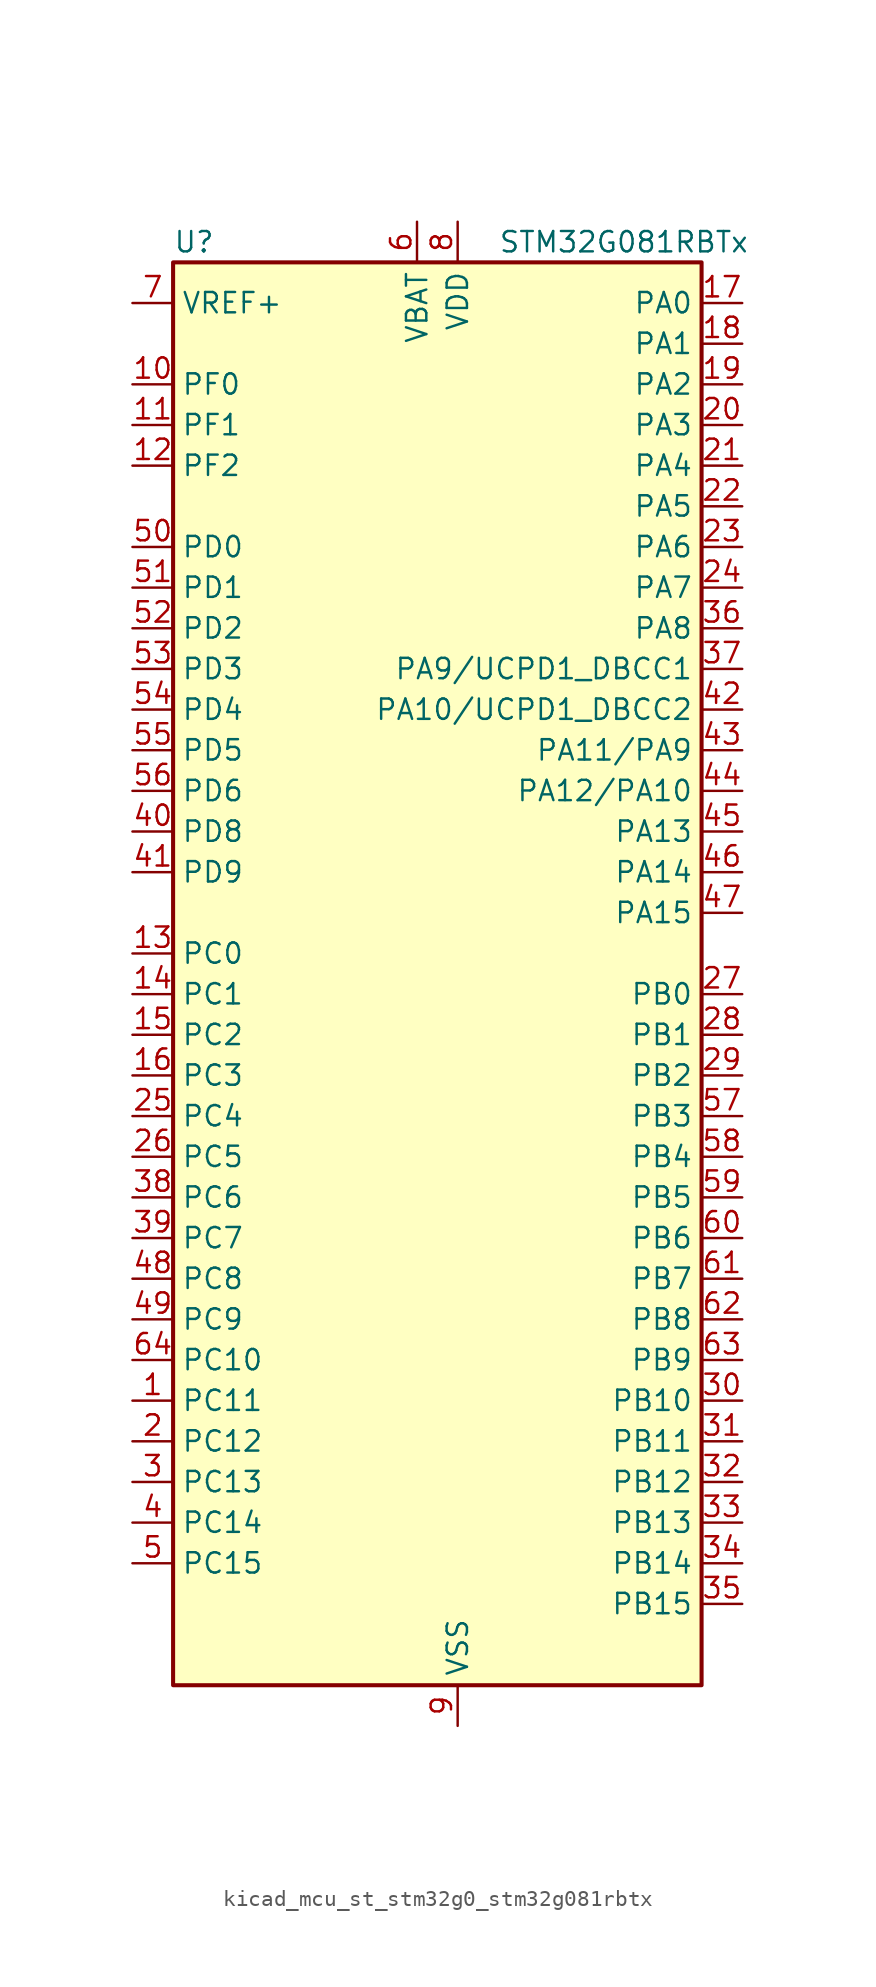
<source format=kicad_sym>
(kicad_symbol_lib
  (version 20220914)
  (generator kicad_symbol_editor)
  (symbol "kicad_mcu_st_stm32g0_stm32g081rbtx"
    (property "Reference" "U"
      (at -15.24 46.99 0)
      (effects (font (size 1.27 1.27)) (justify left)))
    (property "Value" "STM32G081RBTx"
      (at 5.08 46.99 0)
      (effects (font (size 1.27 1.27)) (justify left)))
    (property "ki_locked" ""
      (at 0 0 0)
      (effects (font (size 1.27 1.27))))
    (symbol "kicad_mcu_st_stm32g0_stm32g081rbtx_0_1"
      (rectangle (start -15.24 -43.18) (end 17.78 45.72) (stroke (width 0.254) (type default)) (fill (type background))))
    (symbol "kicad_mcu_st_stm32g0_stm32g081rbtx_1_1"
      (pin bidirectional line (at -17.78 -25.4 0) (length 2.54) (name "PC11" (effects (font (size 1.27 1.27)))) (number "1" (effects (font (size 1.27 1.27)))) (alternate "ADC1_EXTI11" bidirectional line) (alternate "TIM1_CH4" bidirectional line) (alternate "USART3_RX" bidirectional line) (alternate "USART4_RX" bidirectional line))
      (pin bidirectional line (at -17.78 38.1 0) (length 2.54) (name "PF0" (effects (font (size 1.27 1.27)))) (number "10" (effects (font (size 1.27 1.27)))) (alternate "RCC_OSC_IN" bidirectional line) (alternate "TIM14_CH1" bidirectional line))
      (pin bidirectional line (at -17.78 35.56 0) (length 2.54) (name "PF1" (effects (font (size 1.27 1.27)))) (number "11" (effects (font (size 1.27 1.27)))) (alternate "RCC_OSC_EN" bidirectional line) (alternate "RCC_OSC_OUT" bidirectional line) (alternate "TIM15_CH1N" bidirectional line))
      (pin bidirectional line (at -17.78 33.02 0) (length 2.54) (name "PF2" (effects (font (size 1.27 1.27)))) (number "12" (effects (font (size 1.27 1.27)))) (alternate "RCC_MCO" bidirectional line))
      (pin bidirectional line (at -17.78 2.54 0) (length 2.54) (name "PC0" (effects (font (size 1.27 1.27)))) (number "13" (effects (font (size 1.27 1.27)))) (alternate "LPTIM1_IN1" bidirectional line) (alternate "LPTIM2_IN1" bidirectional line) (alternate "LPUART1_RX" bidirectional line))
      (pin bidirectional line (at -17.78 0 0) (length 2.54) (name "PC1" (effects (font (size 1.27 1.27)))) (number "14" (effects (font (size 1.27 1.27)))) (alternate "LPTIM1_OUT" bidirectional line) (alternate "LPUART1_TX" bidirectional line) (alternate "TIM15_CH1" bidirectional line))
      (pin bidirectional line (at -17.78 -2.54 0) (length 2.54) (name "PC2" (effects (font (size 1.27 1.27)))) (number "15" (effects (font (size 1.27 1.27)))) (alternate "LPTIM1_IN2" bidirectional line) (alternate "SPI2_MISO" bidirectional line) (alternate "TIM15_CH2" bidirectional line))
      (pin bidirectional line (at -17.78 -5.08 0) (length 2.54) (name "PC3" (effects (font (size 1.27 1.27)))) (number "16" (effects (font (size 1.27 1.27)))) (alternate "LPTIM1_ETR" bidirectional line) (alternate "LPTIM2_ETR" bidirectional line) (alternate "SPI2_MOSI" bidirectional line))
      (pin bidirectional line (at 20.32 43.18 180) (length 2.54) (name "PA0" (effects (font (size 1.27 1.27)))) (number "17" (effects (font (size 1.27 1.27)))) (alternate "ADC1_IN0" bidirectional line) (alternate "COMP1_INM" bidirectional line) (alternate "COMP1_OUT" bidirectional line) (alternate "LPTIM1_OUT" bidirectional line) (alternate "RTC_TAMP_IN2" bidirectional line) (alternate "SPI2_SCK" bidirectional line) (alternate "SYS_WKUP1" bidirectional line) (alternate "TIM2_CH1" bidirectional line) (alternate "TIM2_ETR" bidirectional line) (alternate "UCPD2_FRSTX1" bidirectional line) (alternate "UCPD2_FRSTX2" bidirectional line) (alternate "USART2_CTS" bidirectional line) (alternate "USART2_NSS" bidirectional line) (alternate "USART4_TX" bidirectional line))
      (pin bidirectional line (at 20.32 40.64 180) (length 2.54) (name "PA1" (effects (font (size 1.27 1.27)))) (number "18" (effects (font (size 1.27 1.27)))) (alternate "ADC1_IN1" bidirectional line) (alternate "COMP1_INP" bidirectional line) (alternate "I2C1_SMBA" bidirectional line) (alternate "I2S1_CK" bidirectional line) (alternate "SPI1_SCK" bidirectional line) (alternate "TIM15_CH1N" bidirectional line) (alternate "TIM2_CH2" bidirectional line) (alternate "USART2_CK" bidirectional line) (alternate "USART2_DE" bidirectional line) (alternate "USART2_RTS" bidirectional line) (alternate "USART4_RX" bidirectional line))
      (pin bidirectional line (at 20.32 38.1 180) (length 2.54) (name "PA2" (effects (font (size 1.27 1.27)))) (number "19" (effects (font (size 1.27 1.27)))) (alternate "ADC1_IN2" bidirectional line) (alternate "COMP2_INM" bidirectional line) (alternate "COMP2_OUT" bidirectional line) (alternate "I2S1_SD" bidirectional line) (alternate "LPUART1_TX" bidirectional line) (alternate "RCC_LSCO" bidirectional line) (alternate "SPI1_MOSI" bidirectional line) (alternate "SYS_WKUP4" bidirectional line) (alternate "TIM15_CH1" bidirectional line) (alternate "TIM2_CH3" bidirectional line) (alternate "UCPD1_FRSTX1" bidirectional line) (alternate "UCPD1_FRSTX2" bidirectional line) (alternate "USART2_TX" bidirectional line))
      (pin bidirectional line (at -17.78 -27.94 0) (length 2.54) (name "PC12" (effects (font (size 1.27 1.27)))) (number "2" (effects (font (size 1.27 1.27)))) (alternate "LPTIM1_IN1" bidirectional line) (alternate "TIM14_CH1" bidirectional line) (alternate "UCPD1_FRSTX1" bidirectional line) (alternate "UCPD1_FRSTX2" bidirectional line))
      (pin bidirectional line (at 20.32 35.56 180) (length 2.54) (name "PA3" (effects (font (size 1.27 1.27)))) (number "20" (effects (font (size 1.27 1.27)))) (alternate "ADC1_IN3" bidirectional line) (alternate "COMP2_INP" bidirectional line) (alternate "LPUART1_RX" bidirectional line) (alternate "SPI2_MISO" bidirectional line) (alternate "TIM15_CH2" bidirectional line) (alternate "TIM2_CH4" bidirectional line) (alternate "UCPD2_FRSTX1" bidirectional line) (alternate "UCPD2_FRSTX2" bidirectional line) (alternate "USART2_RX" bidirectional line))
      (pin bidirectional line (at 20.32 33.02 180) (length 2.54) (name "PA4" (effects (font (size 1.27 1.27)))) (number "21" (effects (font (size 1.27 1.27)))) (alternate "ADC1_IN4" bidirectional line) (alternate "DAC1_OUT1" bidirectional line) (alternate "I2S1_WS" bidirectional line) (alternate "LPTIM2_OUT" bidirectional line) (alternate "RTC_OUT_ALARM" bidirectional line) (alternate "RTC_OUT_CALIB" bidirectional line) (alternate "SPI1_NSS" bidirectional line) (alternate "SPI2_MOSI" bidirectional line) (alternate "TIM14_CH1" bidirectional line) (alternate "UCPD2_FRSTX1" bidirectional line) (alternate "UCPD2_FRSTX2" bidirectional line))
      (pin bidirectional line (at 20.32 30.48 180) (length 2.54) (name "PA5" (effects (font (size 1.27 1.27)))) (number "22" (effects (font (size 1.27 1.27)))) (alternate "ADC1_IN5" bidirectional line) (alternate "CEC" bidirectional line) (alternate "DAC1_OUT2" bidirectional line) (alternate "I2S1_CK" bidirectional line) (alternate "LPTIM2_ETR" bidirectional line) (alternate "SPI1_SCK" bidirectional line) (alternate "TIM2_CH1" bidirectional line) (alternate "TIM2_ETR" bidirectional line) (alternate "UCPD1_FRSTX1" bidirectional line) (alternate "UCPD1_FRSTX2" bidirectional line) (alternate "USART3_TX" bidirectional line))
      (pin bidirectional line (at 20.32 27.94 180) (length 2.54) (name "PA6" (effects (font (size 1.27 1.27)))) (number "23" (effects (font (size 1.27 1.27)))) (alternate "ADC1_IN6" bidirectional line) (alternate "COMP1_OUT" bidirectional line) (alternate "I2S1_MCK" bidirectional line) (alternate "LPUART1_CTS" bidirectional line) (alternate "SPI1_MISO" bidirectional line) (alternate "TIM16_CH1" bidirectional line) (alternate "TIM1_BK" bidirectional line) (alternate "TIM3_CH1" bidirectional line) (alternate "USART3_CTS" bidirectional line) (alternate "USART3_NSS" bidirectional line))
      (pin bidirectional line (at 20.32 25.4 180) (length 2.54) (name "PA7" (effects (font (size 1.27 1.27)))) (number "24" (effects (font (size 1.27 1.27)))) (alternate "ADC1_IN7" bidirectional line) (alternate "COMP2_OUT" bidirectional line) (alternate "I2S1_SD" bidirectional line) (alternate "SPI1_MOSI" bidirectional line) (alternate "TIM14_CH1" bidirectional line) (alternate "TIM17_CH1" bidirectional line) (alternate "TIM1_CH1N" bidirectional line) (alternate "TIM3_CH2" bidirectional line) (alternate "UCPD1_FRSTX1" bidirectional line) (alternate "UCPD1_FRSTX2" bidirectional line))
      (pin bidirectional line (at -17.78 -7.62 0) (length 2.54) (name "PC4" (effects (font (size 1.27 1.27)))) (number "25" (effects (font (size 1.27 1.27)))) (alternate "ADC1_IN17" bidirectional line) (alternate "COMP1_INM" bidirectional line) (alternate "TIM2_CH1" bidirectional line) (alternate "TIM2_ETR" bidirectional line) (alternate "USART1_TX" bidirectional line) (alternate "USART3_TX" bidirectional line))
      (pin bidirectional line (at -17.78 -10.16 0) (length 2.54) (name "PC5" (effects (font (size 1.27 1.27)))) (number "26" (effects (font (size 1.27 1.27)))) (alternate "ADC1_IN18" bidirectional line) (alternate "COMP1_INP" bidirectional line) (alternate "SYS_WKUP5" bidirectional line) (alternate "TIM2_CH2" bidirectional line) (alternate "USART1_RX" bidirectional line) (alternate "USART3_RX" bidirectional line))
      (pin bidirectional line (at 20.32 0 180) (length 2.54) (name "PB0" (effects (font (size 1.27 1.27)))) (number "27" (effects (font (size 1.27 1.27)))) (alternate "ADC1_IN8" bidirectional line) (alternate "COMP1_OUT" bidirectional line) (alternate "I2S1_WS" bidirectional line) (alternate "LPTIM1_OUT" bidirectional line) (alternate "SPI1_NSS" bidirectional line) (alternate "TIM1_CH2N" bidirectional line) (alternate "TIM3_CH3" bidirectional line) (alternate "UCPD1_FRSTX1" bidirectional line) (alternate "UCPD1_FRSTX2" bidirectional line) (alternate "USART3_RX" bidirectional line))
      (pin bidirectional line (at 20.32 -2.54 180) (length 2.54) (name "PB1" (effects (font (size 1.27 1.27)))) (number "28" (effects (font (size 1.27 1.27)))) (alternate "ADC1_IN9" bidirectional line) (alternate "COMP1_INM" bidirectional line) (alternate "LPTIM2_IN1" bidirectional line) (alternate "LPUART1_DE" bidirectional line) (alternate "LPUART1_RTS" bidirectional line) (alternate "TIM14_CH1" bidirectional line) (alternate "TIM1_CH3N" bidirectional line) (alternate "TIM3_CH4" bidirectional line) (alternate "USART3_CK" bidirectional line) (alternate "USART3_DE" bidirectional line) (alternate "USART3_RTS" bidirectional line))
      (pin bidirectional line (at 20.32 -5.08 180) (length 2.54) (name "PB2" (effects (font (size 1.27 1.27)))) (number "29" (effects (font (size 1.27 1.27)))) (alternate "ADC1_IN10" bidirectional line) (alternate "COMP1_INP" bidirectional line) (alternate "LPTIM1_OUT" bidirectional line) (alternate "SPI2_MISO" bidirectional line) (alternate "USART3_TX" bidirectional line))
      (pin bidirectional line (at -17.78 -30.48 0) (length 2.54) (name "PC13" (effects (font (size 1.27 1.27)))) (number "3" (effects (font (size 1.27 1.27)))) (alternate "RTC_OUT_ALARM" bidirectional line) (alternate "RTC_OUT_CALIB" bidirectional line) (alternate "RTC_TAMP_IN1" bidirectional line) (alternate "RTC_TS" bidirectional line) (alternate "SYS_WKUP2" bidirectional line) (alternate "TIM1_BK" bidirectional line))
      (pin bidirectional line (at 20.32 -25.4 180) (length 2.54) (name "PB10" (effects (font (size 1.27 1.27)))) (number "30" (effects (font (size 1.27 1.27)))) (alternate "ADC1_IN11" bidirectional line) (alternate "CEC" bidirectional line) (alternate "COMP1_OUT" bidirectional line) (alternate "I2C2_SCL" bidirectional line) (alternate "LPUART1_RX" bidirectional line) (alternate "SPI2_SCK" bidirectional line) (alternate "TIM2_CH3" bidirectional line) (alternate "USART3_TX" bidirectional line))
      (pin bidirectional line (at 20.32 -27.94 180) (length 2.54) (name "PB11" (effects (font (size 1.27 1.27)))) (number "31" (effects (font (size 1.27 1.27)))) (alternate "ADC1_EXTI11" bidirectional line) (alternate "ADC1_IN15" bidirectional line) (alternate "COMP2_OUT" bidirectional line) (alternate "I2C2_SDA" bidirectional line) (alternate "LPUART1_TX" bidirectional line) (alternate "SPI2_MOSI" bidirectional line) (alternate "TIM2_CH4" bidirectional line) (alternate "USART3_RX" bidirectional line))
      (pin bidirectional line (at 20.32 -30.48 180) (length 2.54) (name "PB12" (effects (font (size 1.27 1.27)))) (number "32" (effects (font (size 1.27 1.27)))) (alternate "ADC1_IN16" bidirectional line) (alternate "LPUART1_DE" bidirectional line) (alternate "LPUART1_RTS" bidirectional line) (alternate "SPI2_NSS" bidirectional line) (alternate "TIM15_BK" bidirectional line) (alternate "TIM1_BK" bidirectional line) (alternate "UCPD2_FRSTX1" bidirectional line) (alternate "UCPD2_FRSTX2" bidirectional line))
      (pin bidirectional line (at 20.32 -33.02 180) (length 2.54) (name "PB13" (effects (font (size 1.27 1.27)))) (number "33" (effects (font (size 1.27 1.27)))) (alternate "I2C2_SCL" bidirectional line) (alternate "LPUART1_CTS" bidirectional line) (alternate "SPI2_SCK" bidirectional line) (alternate "TIM15_CH1N" bidirectional line) (alternate "TIM1_CH1N" bidirectional line) (alternate "USART3_CTS" bidirectional line) (alternate "USART3_NSS" bidirectional line))
      (pin bidirectional line (at 20.32 -35.56 180) (length 2.54) (name "PB14" (effects (font (size 1.27 1.27)))) (number "34" (effects (font (size 1.27 1.27)))) (alternate "I2C2_SDA" bidirectional line) (alternate "SPI2_MISO" bidirectional line) (alternate "TIM15_CH1" bidirectional line) (alternate "TIM1_CH2N" bidirectional line) (alternate "UCPD1_FRSTX1" bidirectional line) (alternate "UCPD1_FRSTX2" bidirectional line) (alternate "USART3_CK" bidirectional line) (alternate "USART3_DE" bidirectional line) (alternate "USART3_RTS" bidirectional line))
      (pin bidirectional line (at 20.32 -38.1 180) (length 2.54) (name "PB15" (effects (font (size 1.27 1.27)))) (number "35" (effects (font (size 1.27 1.27)))) (alternate "RTC_REFIN" bidirectional line) (alternate "SPI2_MOSI" bidirectional line) (alternate "TIM15_CH1N" bidirectional line) (alternate "TIM15_CH2" bidirectional line) (alternate "TIM1_CH3N" bidirectional line) (alternate "UCPD1_CC2" bidirectional line))
      (pin bidirectional line (at 20.32 22.86 180) (length 2.54) (name "PA8" (effects (font (size 1.27 1.27)))) (number "36" (effects (font (size 1.27 1.27)))) (alternate "LPTIM2_OUT" bidirectional line) (alternate "RCC_MCO" bidirectional line) (alternate "SPI2_NSS" bidirectional line) (alternate "TIM1_CH1" bidirectional line) (alternate "UCPD1_CC1" bidirectional line))
      (pin bidirectional line (at 20.32 20.32 180) (length 2.54) (name "PA9/UCPD1_DBCC1" (effects (font (size 1.27 1.27)))) (number "37" (effects (font (size 1.27 1.27)))) (alternate "DAC1_EXTI9" bidirectional line) (alternate "I2C1_SCL" bidirectional line) (alternate "RCC_MCO" bidirectional line) (alternate "SPI2_MISO" bidirectional line) (alternate "TIM15_BK" bidirectional line) (alternate "TIM1_CH2" bidirectional line) (alternate "UCPD1_DBCC1" bidirectional line) (alternate "USART1_TX" bidirectional line))
      (pin bidirectional line (at -17.78 -12.7 0) (length 2.54) (name "PC6" (effects (font (size 1.27 1.27)))) (number "38" (effects (font (size 1.27 1.27)))) (alternate "TIM2_CH3" bidirectional line) (alternate "TIM3_CH1" bidirectional line) (alternate "UCPD1_FRSTX1" bidirectional line) (alternate "UCPD1_FRSTX2" bidirectional line))
      (pin bidirectional line (at -17.78 -15.24 0) (length 2.54) (name "PC7" (effects (font (size 1.27 1.27)))) (number "39" (effects (font (size 1.27 1.27)))) (alternate "TIM2_CH4" bidirectional line) (alternate "TIM3_CH2" bidirectional line) (alternate "UCPD2_FRSTX1" bidirectional line) (alternate "UCPD2_FRSTX2" bidirectional line))
      (pin bidirectional line (at -17.78 -33.02 0) (length 2.54) (name "PC14" (effects (font (size 1.27 1.27)))) (number "4" (effects (font (size 1.27 1.27)))) (alternate "RCC_OSC32_IN" bidirectional line) (alternate "TIM1_BK2" bidirectional line))
      (pin bidirectional line (at -17.78 10.16 0) (length 2.54) (name "PD8" (effects (font (size 1.27 1.27)))) (number "40" (effects (font (size 1.27 1.27)))) (alternate "I2S1_CK" bidirectional line) (alternate "LPTIM1_OUT" bidirectional line) (alternate "SPI1_SCK" bidirectional line) (alternate "USART3_TX" bidirectional line))
      (pin bidirectional line (at -17.78 7.62 0) (length 2.54) (name "PD9" (effects (font (size 1.27 1.27)))) (number "41" (effects (font (size 1.27 1.27)))) (alternate "DAC1_EXTI9" bidirectional line) (alternate "I2S1_WS" bidirectional line) (alternate "SPI1_NSS" bidirectional line) (alternate "TIM1_BK2" bidirectional line) (alternate "USART3_RX" bidirectional line))
      (pin bidirectional line (at 20.32 17.78 180) (length 2.54) (name "PA10/UCPD1_DBCC2" (effects (font (size 1.27 1.27)))) (number "42" (effects (font (size 1.27 1.27)))) (alternate "I2C1_SDA" bidirectional line) (alternate "SPI2_MOSI" bidirectional line) (alternate "TIM17_BK" bidirectional line) (alternate "TIM1_CH3" bidirectional line) (alternate "UCPD1_DBCC2" bidirectional line) (alternate "USART1_RX" bidirectional line))
      (pin bidirectional line (at 20.32 15.24 180) (length 2.54) (name "PA11/PA9" (effects (font (size 1.27 1.27)))) (number "43" (effects (font (size 1.27 1.27)))) (alternate "ADC1_EXTI11" bidirectional line) (alternate "COMP1_OUT" bidirectional line) (alternate "I2C2_SCL" bidirectional line) (alternate "I2S1_MCK" bidirectional line) (alternate "SPI1_MISO" bidirectional line) (alternate "TIM1_BK2" bidirectional line) (alternate "TIM1_CH4" bidirectional line) (alternate "USART1_CTS" bidirectional line) (alternate "USART1_NSS" bidirectional line))
      (pin bidirectional line (at 20.32 12.7 180) (length 2.54) (name "PA12/PA10" (effects (font (size 1.27 1.27)))) (number "44" (effects (font (size 1.27 1.27)))) (alternate "COMP2_OUT" bidirectional line) (alternate "I2C2_SDA" bidirectional line) (alternate "I2S1_SD" bidirectional line) (alternate "I2S_CKIN" bidirectional line) (alternate "SPI1_MOSI" bidirectional line) (alternate "TIM1_ETR" bidirectional line) (alternate "USART1_CK" bidirectional line) (alternate "USART1_DE" bidirectional line) (alternate "USART1_RTS" bidirectional line))
      (pin bidirectional line (at 20.32 10.16 180) (length 2.54) (name "PA13" (effects (font (size 1.27 1.27)))) (number "45" (effects (font (size 1.27 1.27)))) (alternate "IR_OUT" bidirectional line) (alternate "SYS_SWDIO" bidirectional line))
      (pin bidirectional line (at 20.32 7.62 180) (length 2.54) (name "PA14" (effects (font (size 1.27 1.27)))) (number "46" (effects (font (size 1.27 1.27)))) (alternate "SYS_SWCLK" bidirectional line) (alternate "USART2_TX" bidirectional line))
      (pin bidirectional line (at 20.32 5.08 180) (length 2.54) (name "PA15" (effects (font (size 1.27 1.27)))) (number "47" (effects (font (size 1.27 1.27)))) (alternate "I2S1_WS" bidirectional line) (alternate "SPI1_NSS" bidirectional line) (alternate "TIM2_CH1" bidirectional line) (alternate "TIM2_ETR" bidirectional line) (alternate "USART2_RX" bidirectional line) (alternate "USART3_CK" bidirectional line) (alternate "USART3_DE" bidirectional line) (alternate "USART3_RTS" bidirectional line) (alternate "USART4_CK" bidirectional line) (alternate "USART4_DE" bidirectional line) (alternate "USART4_RTS" bidirectional line))
      (pin bidirectional line (at -17.78 -17.78 0) (length 2.54) (name "PC8" (effects (font (size 1.27 1.27)))) (number "48" (effects (font (size 1.27 1.27)))) (alternate "TIM1_CH1" bidirectional line) (alternate "TIM3_CH3" bidirectional line) (alternate "UCPD2_FRSTX1" bidirectional line) (alternate "UCPD2_FRSTX2" bidirectional line))
      (pin bidirectional line (at -17.78 -20.32 0) (length 2.54) (name "PC9" (effects (font (size 1.27 1.27)))) (number "49" (effects (font (size 1.27 1.27)))) (alternate "DAC1_EXTI9" bidirectional line) (alternate "I2S_CKIN" bidirectional line) (alternate "TIM1_CH2" bidirectional line) (alternate "TIM3_CH4" bidirectional line))
      (pin bidirectional line (at -17.78 -35.56 0) (length 2.54) (name "PC15" (effects (font (size 1.27 1.27)))) (number "5" (effects (font (size 1.27 1.27)))) (alternate "RCC_OSC32_EN" bidirectional line) (alternate "RCC_OSC32_OUT" bidirectional line) (alternate "RCC_OSC_EN" bidirectional line) (alternate "TIM15_BK" bidirectional line))
      (pin bidirectional line (at -17.78 27.94 0) (length 2.54) (name "PD0" (effects (font (size 1.27 1.27)))) (number "50" (effects (font (size 1.27 1.27)))) (alternate "SPI2_NSS" bidirectional line) (alternate "TIM16_CH1" bidirectional line) (alternate "UCPD2_CC1" bidirectional line))
      (pin bidirectional line (at -17.78 25.4 0) (length 2.54) (name "PD1" (effects (font (size 1.27 1.27)))) (number "51" (effects (font (size 1.27 1.27)))) (alternate "SPI2_SCK" bidirectional line) (alternate "TIM17_CH1" bidirectional line) (alternate "UCPD2_DBCC1" bidirectional line))
      (pin bidirectional line (at -17.78 22.86 0) (length 2.54) (name "PD2" (effects (font (size 1.27 1.27)))) (number "52" (effects (font (size 1.27 1.27)))) (alternate "TIM1_CH1N" bidirectional line) (alternate "TIM3_ETR" bidirectional line) (alternate "UCPD2_CC2" bidirectional line) (alternate "USART3_CK" bidirectional line) (alternate "USART3_DE" bidirectional line) (alternate "USART3_RTS" bidirectional line))
      (pin bidirectional line (at -17.78 20.32 0) (length 2.54) (name "PD3" (effects (font (size 1.27 1.27)))) (number "53" (effects (font (size 1.27 1.27)))) (alternate "SPI2_MISO" bidirectional line) (alternate "TIM1_CH2N" bidirectional line) (alternate "UCPD2_DBCC2" bidirectional line) (alternate "USART2_CTS" bidirectional line) (alternate "USART2_NSS" bidirectional line))
      (pin bidirectional line (at -17.78 17.78 0) (length 2.54) (name "PD4" (effects (font (size 1.27 1.27)))) (number "54" (effects (font (size 1.27 1.27)))) (alternate "SPI2_MOSI" bidirectional line) (alternate "TIM1_CH3N" bidirectional line) (alternate "USART2_CK" bidirectional line) (alternate "USART2_DE" bidirectional line) (alternate "USART2_RTS" bidirectional line))
      (pin bidirectional line (at -17.78 15.24 0) (length 2.54) (name "PD5" (effects (font (size 1.27 1.27)))) (number "55" (effects (font (size 1.27 1.27)))) (alternate "I2S1_MCK" bidirectional line) (alternate "SPI1_MISO" bidirectional line) (alternate "TIM1_BK" bidirectional line) (alternate "USART2_TX" bidirectional line))
      (pin bidirectional line (at -17.78 12.7 0) (length 2.54) (name "PD6" (effects (font (size 1.27 1.27)))) (number "56" (effects (font (size 1.27 1.27)))) (alternate "I2S1_SD" bidirectional line) (alternate "LPTIM2_OUT" bidirectional line) (alternate "SPI1_MOSI" bidirectional line) (alternate "USART2_RX" bidirectional line))
      (pin bidirectional line (at 20.32 -7.62 180) (length 2.54) (name "PB3" (effects (font (size 1.27 1.27)))) (number "57" (effects (font (size 1.27 1.27)))) (alternate "COMP2_INM" bidirectional line) (alternate "I2S1_CK" bidirectional line) (alternate "SPI1_SCK" bidirectional line) (alternate "TIM1_CH2" bidirectional line) (alternate "TIM2_CH2" bidirectional line) (alternate "USART1_CK" bidirectional line) (alternate "USART1_DE" bidirectional line) (alternate "USART1_RTS" bidirectional line))
      (pin bidirectional line (at 20.32 -10.16 180) (length 2.54) (name "PB4" (effects (font (size 1.27 1.27)))) (number "58" (effects (font (size 1.27 1.27)))) (alternate "COMP2_INP" bidirectional line) (alternate "I2S1_MCK" bidirectional line) (alternate "SPI1_MISO" bidirectional line) (alternate "TIM17_BK" bidirectional line) (alternate "TIM3_CH1" bidirectional line) (alternate "USART1_CTS" bidirectional line) (alternate "USART1_NSS" bidirectional line))
      (pin bidirectional line (at 20.32 -12.7 180) (length 2.54) (name "PB5" (effects (font (size 1.27 1.27)))) (number "59" (effects (font (size 1.27 1.27)))) (alternate "COMP2_OUT" bidirectional line) (alternate "I2C1_SMBA" bidirectional line) (alternate "I2S1_SD" bidirectional line) (alternate "LPTIM1_IN1" bidirectional line) (alternate "SPI1_MOSI" bidirectional line) (alternate "SYS_WKUP6" bidirectional line) (alternate "TIM16_BK" bidirectional line) (alternate "TIM3_CH2" bidirectional line))
      (pin power_in line (at 0 48.26 270) (length 2.54) (name "VBAT" (effects (font (size 1.27 1.27)))) (number "6" (effects (font (size 1.27 1.27)))))
      (pin bidirectional line (at 20.32 -15.24 180) (length 2.54) (name "PB6" (effects (font (size 1.27 1.27)))) (number "60" (effects (font (size 1.27 1.27)))) (alternate "COMP2_INP" bidirectional line) (alternate "I2C1_SCL" bidirectional line) (alternate "LPTIM1_ETR" bidirectional line) (alternate "SPI2_MISO" bidirectional line) (alternate "TIM16_CH1N" bidirectional line) (alternate "TIM1_CH3" bidirectional line) (alternate "USART1_TX" bidirectional line))
      (pin bidirectional line (at 20.32 -17.78 180) (length 2.54) (name "PB7" (effects (font (size 1.27 1.27)))) (number "61" (effects (font (size 1.27 1.27)))) (alternate "COMP2_INM" bidirectional line) (alternate "I2C1_SDA" bidirectional line) (alternate "LPTIM1_IN2" bidirectional line) (alternate "SPI2_MOSI" bidirectional line) (alternate "SYS_PVD_IN" bidirectional line) (alternate "TIM17_CH1N" bidirectional line) (alternate "USART1_RX" bidirectional line) (alternate "USART4_CTS" bidirectional line) (alternate "USART4_NSS" bidirectional line))
      (pin bidirectional line (at 20.32 -20.32 180) (length 2.54) (name "PB8" (effects (font (size 1.27 1.27)))) (number "62" (effects (font (size 1.27 1.27)))) (alternate "CEC" bidirectional line) (alternate "I2C1_SCL" bidirectional line) (alternate "SPI2_SCK" bidirectional line) (alternate "TIM15_BK" bidirectional line) (alternate "TIM16_CH1" bidirectional line) (alternate "USART3_TX" bidirectional line))
      (pin bidirectional line (at 20.32 -22.86 180) (length 2.54) (name "PB9" (effects (font (size 1.27 1.27)))) (number "63" (effects (font (size 1.27 1.27)))) (alternate "DAC1_EXTI9" bidirectional line) (alternate "I2C1_SDA" bidirectional line) (alternate "IR_OUT" bidirectional line) (alternate "SPI2_NSS" bidirectional line) (alternate "TIM17_CH1" bidirectional line) (alternate "UCPD2_FRSTX1" bidirectional line) (alternate "UCPD2_FRSTX2" bidirectional line) (alternate "USART3_RX" bidirectional line))
      (pin bidirectional line (at -17.78 -22.86 0) (length 2.54) (name "PC10" (effects (font (size 1.27 1.27)))) (number "64" (effects (font (size 1.27 1.27)))) (alternate "TIM1_CH3" bidirectional line) (alternate "USART3_TX" bidirectional line) (alternate "USART4_TX" bidirectional line))
      (pin input line (at -17.78 43.18 0) (length 2.54) (name "VREF+" (effects (font (size 1.27 1.27)))) (number "7" (effects (font (size 1.27 1.27)))) (alternate "VREFBUF_OUT" bidirectional line))
      (pin power_in line (at 2.54 48.26 270) (length 2.54) (name "VDD" (effects (font (size 1.27 1.27)))) (number "8" (effects (font (size 1.27 1.27)))))
      (pin power_in line (at 2.54 -45.72 90) (length 2.54) (name "VSS" (effects (font (size 1.27 1.27)))) (number "9" (effects (font (size 1.27 1.27))))))))
</source>
